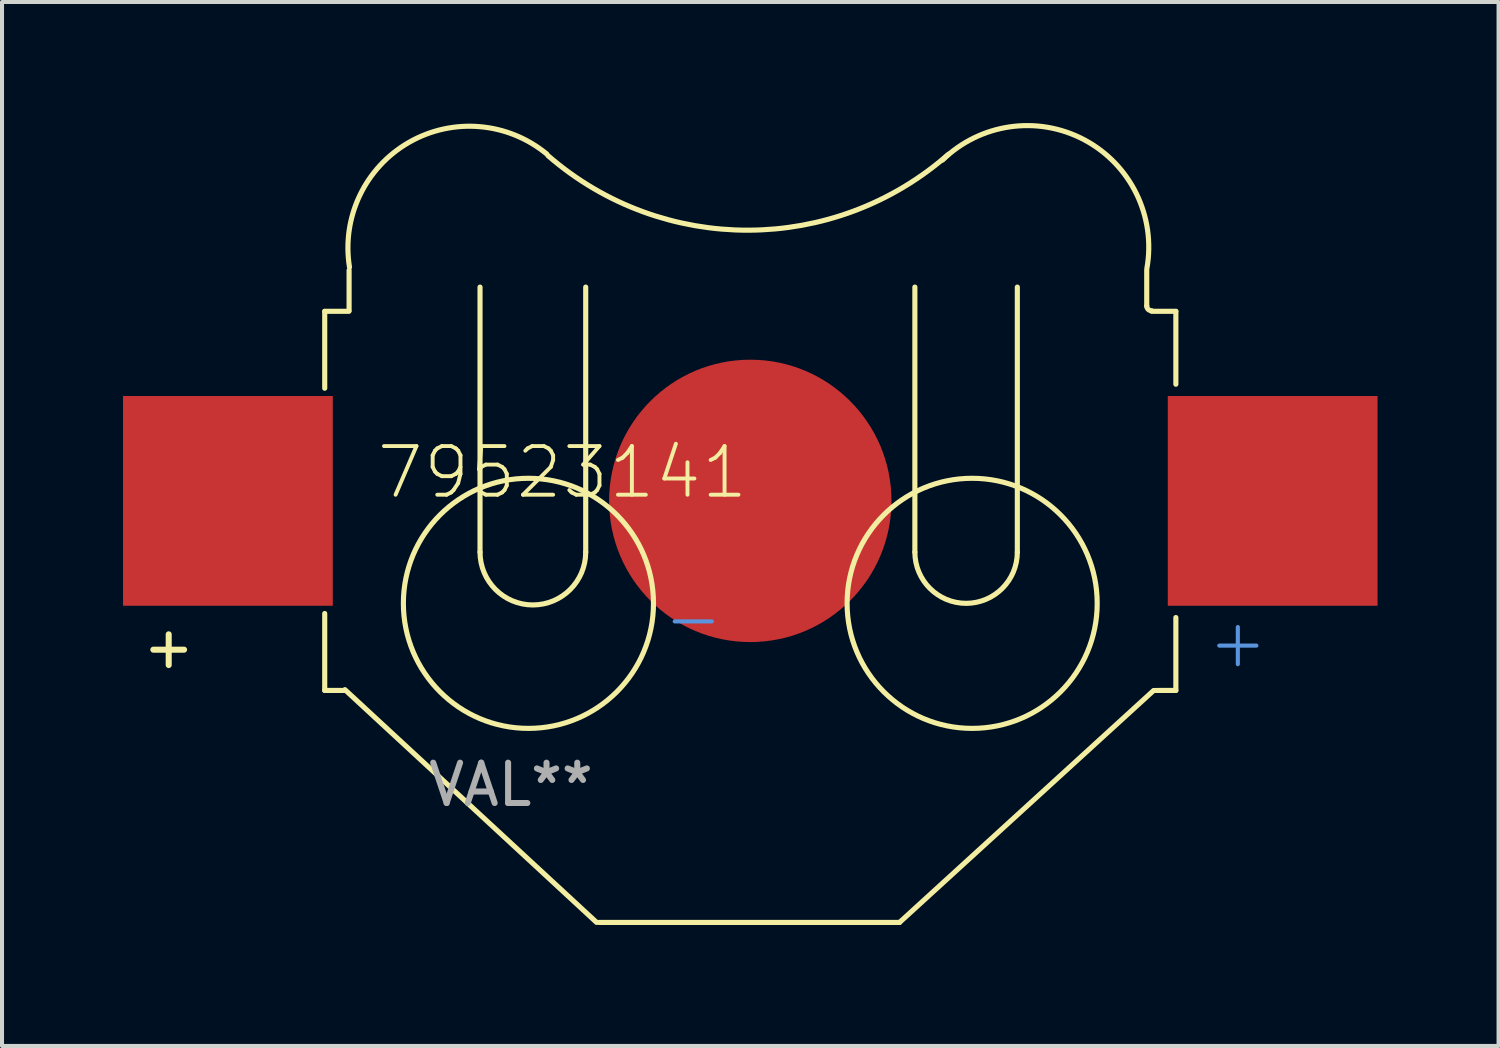
<source format=kicad_pcb>
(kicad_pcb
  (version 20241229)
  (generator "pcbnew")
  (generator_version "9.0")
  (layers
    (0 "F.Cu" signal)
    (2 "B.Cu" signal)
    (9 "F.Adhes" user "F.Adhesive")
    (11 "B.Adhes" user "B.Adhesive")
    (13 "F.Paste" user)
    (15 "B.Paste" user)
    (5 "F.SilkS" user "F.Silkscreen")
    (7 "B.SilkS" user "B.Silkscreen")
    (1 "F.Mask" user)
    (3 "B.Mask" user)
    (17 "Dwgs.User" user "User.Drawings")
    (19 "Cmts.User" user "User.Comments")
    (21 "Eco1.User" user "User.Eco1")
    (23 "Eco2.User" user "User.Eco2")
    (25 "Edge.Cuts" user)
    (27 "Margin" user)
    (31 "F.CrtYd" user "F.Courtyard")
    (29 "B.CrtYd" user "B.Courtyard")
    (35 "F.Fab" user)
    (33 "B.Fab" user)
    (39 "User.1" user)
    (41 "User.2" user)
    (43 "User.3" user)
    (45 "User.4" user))
  (footprint "79523141"
    (layer "F.Cu")
    (at 15.55 9.367)
    (property "Reference" "79523141" (at 0 0 180) (layer "F.SilkS") (effects (font (size 1.206 1.206) (thickness 0.097)) (justify right bottom)))
    (attr through_hole)
    (fp_line (start -10.55 -4.699) (end -10.55 -2.792) (stroke (width 0.127) (type solid)) (layer "F.SilkS"))
    (fp_line (start -10.55 -4.699) (end -9.95 -4.7) (stroke (width 0.127) (type solid)) (layer "F.SilkS"))
    (fp_line (start -10.55 4.699) (end -10.55 2.792) (stroke (width 0.127) (type solid)) (layer "F.SilkS"))
    (fp_line (start -10.55 4.699) (end -10.05 4.7) (stroke (width 0.127) (type solid)) (layer "F.SilkS"))
    (fp_line (start -10.05 4.68) (end -3.81 10.45) (stroke (width 0.127) (type solid)) (layer "F.SilkS"))
    (fp_line (start -9.946 -4.715) (end -9.946 -5.717) (stroke (width 0.127) (type solid)) (layer "F.SilkS"))
    (fp_line (start -6.7 1.27) (end -6.7 -5.3) (stroke (width 0.127) (type solid)) (layer "F.SilkS"))
    (fp_line (start -4.08 1.27) (end -4.08 -5.3) (stroke (width 0.127) (type solid)) (layer "F.SilkS"))
    (fp_line (start -3.75 10.45) (end 3.7 10.45) (stroke (width 0.127) (type solid)) (layer "F.SilkS"))
    (fp_line (start 4.08 1.27) (end 4.08 -5.3) (stroke (width 0.127) (type solid)) (layer "F.SilkS"))
    (fp_line (start 6.62 1.27) (end 6.62 -5.3) (stroke (width 0.127) (type solid)) (layer "F.SilkS"))
    (fp_line (start 9.828 -4.832) (end 9.828 -5.717) (stroke (width 0.127) (type solid)) (layer "F.SilkS"))
    (fp_line (start 9.95 -4.7) (end 10.55 -4.699) (stroke (width 0.127) (type solid)) (layer "F.SilkS"))
    (fp_line (start 10 4.7) (end 3.7 10.45) (stroke (width 0.127) (type solid)) (layer "F.SilkS"))
    (fp_line (start 10.05 4.7) (end 10.55 4.699) (stroke (width 0.127) (type solid)) (layer "F.SilkS"))
    (fp_line (start 10.55 -4.699) (end 10.55 -2.892) (stroke (width 0.127) (type solid)) (layer "F.SilkS"))
    (fp_line (start 10.55 4.699) (end 10.55 2.892) (stroke (width 0.127) (type solid)) (layer "F.SilkS"))
    (fp_arc (start -9.93574 -5.79259) (mid -8.462136 -8.887852) (end -5.046098 -8.60003) (stroke (width 0.127) (type solid)) (layer "F.SilkS"))
    (fp_arc (start -4.08 1.27) (mid -5.39 2.58) (end -6.7 1.27) (stroke (width 0.127) (type solid)) (layer "F.SilkS"))
    (fp_arc (start 4.764829 -8.448717) (mid 8.276572 -8.952918) (end 9.83199 -5.764309) (stroke (width 0.127) (type solid)) (layer "F.SilkS"))
    (fp_arc (start 4.91295 -8.592179) (mid -0.044127 -6.710445) (end -5.014309 -8.55729) (stroke (width 0.127) (type solid)) (layer "F.SilkS"))
    (fp_arc (start 6.62 1.27) (mid 5.35 2.54) (end 4.08 1.27) (stroke (width 0.127) (type solid)) (layer "F.SilkS"))
    (fp_arc (start 9.94619 -4.71475) (mid 9.862964 -4.749224) (end 9.82849 -4.83245) (stroke (width 0.127) (type solid)) (layer "F.SilkS"))
    (fp_circle (center -5.5 2.54) (end -2.4 2.54) (stroke (width 0.127) (type solid)) (fill no) (layer "F.SilkS"))
    (fp_circle (center 5.5 2.54) (end 8.6 2.54) (stroke (width 0.127) (type solid)) (fill no) (layer "F.SilkS"))
    (fp_text user "+" (at -13.7 4.2 180) (layer "F.SilkS") (effects (font (size 1 1) (thickness 0.15)) (justify right bottom)))
    (fp_text user "+" (at 12.9 4.2 180) (layer "Cmts.User") (effects (font (size 1.206 1.206) (thickness 0.102)) (justify right bottom)))
    (fp_text user "-" (at -0.6 3.6 180) (layer "Cmts.User") (effects (font (size 1.206 1.206) (thickness 0.102)) (justify right bottom)))
    (fp_text user "VAL**" (at -3.81 7.62 180) (layer "F.Fab") (effects (font (size 1 1) (thickness 0.15)) (justify right bottom)))
    (pad "1" smd rect (at -12.95 0 180) (size 5.2 5.2) (layers "F.Cu" "F.Mask" "F.Paste"))
    (pad "1" smd rect (at 12.95 0) (size 5.2 5.2) (layers "F.Cu" "F.Mask" "F.Paste"))
    (pad "2" smd circle (at 0 0) (size 7 7) (layers "F.Cu" "F.Mask" "F.Paste")))
  (gr_rect
    (start -3 -3)
    (end 34.1 22.88)
    (stroke (width 0.1) (type default))
    (fill no)
    (layer "Edge.Cuts")))
</source>
